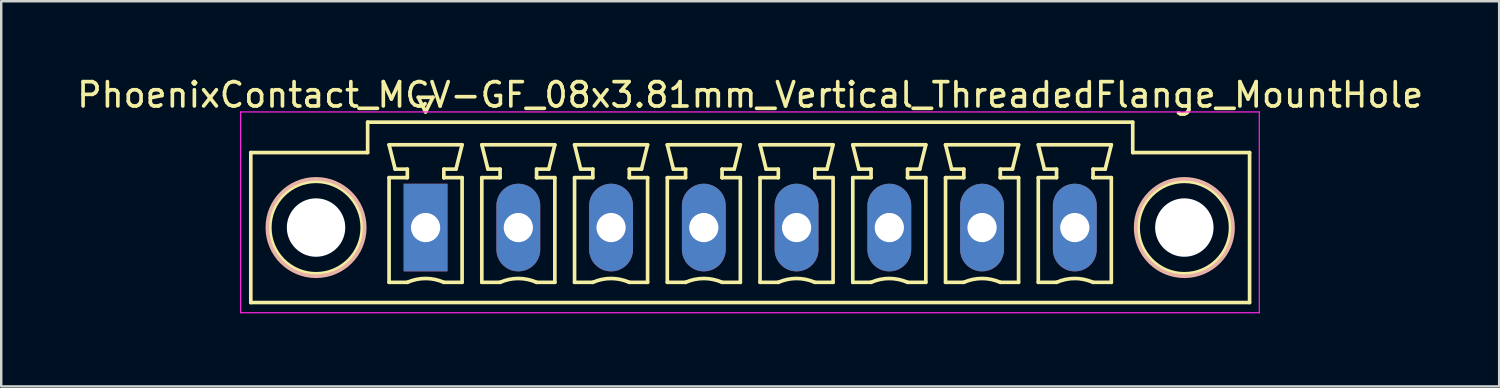
<source format=kicad_pcb>
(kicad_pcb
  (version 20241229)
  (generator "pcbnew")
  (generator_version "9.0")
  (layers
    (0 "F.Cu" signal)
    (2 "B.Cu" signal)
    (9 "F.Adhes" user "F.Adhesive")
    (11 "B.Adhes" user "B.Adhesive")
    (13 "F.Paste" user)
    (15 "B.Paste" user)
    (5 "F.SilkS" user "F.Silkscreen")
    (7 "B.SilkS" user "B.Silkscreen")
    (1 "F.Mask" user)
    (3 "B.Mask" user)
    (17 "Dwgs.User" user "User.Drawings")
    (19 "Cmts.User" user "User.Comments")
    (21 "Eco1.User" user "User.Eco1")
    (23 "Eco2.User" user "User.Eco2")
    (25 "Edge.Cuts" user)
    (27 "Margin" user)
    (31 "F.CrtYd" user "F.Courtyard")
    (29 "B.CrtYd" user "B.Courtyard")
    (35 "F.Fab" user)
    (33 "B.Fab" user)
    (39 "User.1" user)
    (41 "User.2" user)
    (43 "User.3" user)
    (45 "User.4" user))
  (footprint "PhoenixContact_MCV-GF_08x3.81mm_Vertical_ThreadedFlange_MountHole"
    (layer "F.Cu")
    (at 14.433 6.298)
    (property "Reference" "PhoenixContact_MCV-GF_08x3.81mm_Vertical_ThreadedFlange_MountHole" (at 13.335 -5.45 0) (layer "F.SilkS") (effects (font (size 1 1) (thickness 0.15))))
    (attr through_hole)
    (fp_line (start -7.18 -3.08) (end -7.18 3.08) (stroke (width 0.15) (type solid)) (layer "F.SilkS"))
    (fp_line (start -7.18 3.08) (end 33.85 3.08) (stroke (width 0.15) (type solid)) (layer "F.SilkS"))
    (fp_line (start -2.38 -4.33) (end -2.38 -3.08) (stroke (width 0.15) (type solid)) (layer "F.SilkS"))
    (fp_line (start -2.38 -3.08) (end -7.18 -3.08) (stroke (width 0.15) (type solid)) (layer "F.SilkS"))
    (fp_line (start -1.5 -3.4) (end 1.5 -3.4) (stroke (width 0.15) (type solid)) (layer "F.SilkS"))
    (fp_line (start -1.5 -2.05) (end -0.75 -2.05) (stroke (width 0.15) (type solid)) (layer "F.SilkS"))
    (fp_line (start -1.5 2.25) (end -1.5 -2.05) (stroke (width 0.15) (type solid)) (layer "F.SilkS"))
    (fp_line (start -1.25 -2.4) (end -1.5 -3.4) (stroke (width 0.15) (type solid)) (layer "F.SilkS"))
    (fp_line (start -0.75 -2.4) (end -1.25 -2.4) (stroke (width 0.15) (type solid)) (layer "F.SilkS"))
    (fp_line (start -0.75 -2.05) (end -0.75 -2.4) (stroke (width 0.15) (type solid)) (layer "F.SilkS"))
    (fp_line (start -0.75 2.25) (end -1.5 2.25) (stroke (width 0.15) (type solid)) (layer "F.SilkS"))
    (fp_line (start -0.3 -5.35) (end 0 -4.75) (stroke (width 0.15) (type solid)) (layer "F.SilkS"))
    (fp_line (start 0 -4.75) (end 0.3 -5.35) (stroke (width 0.15) (type solid)) (layer "F.SilkS"))
    (fp_line (start 0.3 -5.35) (end -0.3 -5.35) (stroke (width 0.15) (type solid)) (layer "F.SilkS"))
    (fp_line (start 0.75 -2.4) (end 0.75 -2.05) (stroke (width 0.15) (type solid)) (layer "F.SilkS"))
    (fp_line (start 0.75 -2.05) (end 0.75 -2.05) (stroke (width 0.15) (type solid)) (layer "F.SilkS"))
    (fp_line (start 0.75 -2.05) (end 1.5 -2.05) (stroke (width 0.15) (type solid)) (layer "F.SilkS"))
    (fp_line (start 1.25 -2.4) (end 0.75 -2.4) (stroke (width 0.15) (type solid)) (layer "F.SilkS"))
    (fp_line (start 1.5 -3.4) (end 1.25 -2.4) (stroke (width 0.15) (type solid)) (layer "F.SilkS"))
    (fp_line (start 1.5 -2.05) (end 1.5 2.25) (stroke (width 0.15) (type solid)) (layer "F.SilkS"))
    (fp_line (start 1.5 2.25) (end 0.75 2.25) (stroke (width 0.15) (type solid)) (layer "F.SilkS"))
    (fp_line (start 2.31 -3.4) (end 5.31 -3.4) (stroke (width 0.15) (type solid)) (layer "F.SilkS"))
    (fp_line (start 2.31 -2.05) (end 3.06 -2.05) (stroke (width 0.15) (type solid)) (layer "F.SilkS"))
    (fp_line (start 2.31 2.25) (end 2.31 -2.05) (stroke (width 0.15) (type solid)) (layer "F.SilkS"))
    (fp_line (start 2.56 -2.4) (end 2.31 -3.4) (stroke (width 0.15) (type solid)) (layer "F.SilkS"))
    (fp_line (start 3.06 -2.4) (end 2.56 -2.4) (stroke (width 0.15) (type solid)) (layer "F.SilkS"))
    (fp_line (start 3.06 -2.05) (end 3.06 -2.4) (stroke (width 0.15) (type solid)) (layer "F.SilkS"))
    (fp_line (start 3.06 2.25) (end 2.31 2.25) (stroke (width 0.15) (type solid)) (layer "F.SilkS"))
    (fp_line (start 4.56 -2.4) (end 4.56 -2.05) (stroke (width 0.15) (type solid)) (layer "F.SilkS"))
    (fp_line (start 4.56 -2.05) (end 4.56 -2.05) (stroke (width 0.15) (type solid)) (layer "F.SilkS"))
    (fp_line (start 4.56 -2.05) (end 5.31 -2.05) (stroke (width 0.15) (type solid)) (layer "F.SilkS"))
    (fp_line (start 5.06 -2.4) (end 4.56 -2.4) (stroke (width 0.15) (type solid)) (layer "F.SilkS"))
    (fp_line (start 5.31 -3.4) (end 5.06 -2.4) (stroke (width 0.15) (type solid)) (layer "F.SilkS"))
    (fp_line (start 5.31 -2.05) (end 5.31 2.25) (stroke (width 0.15) (type solid)) (layer "F.SilkS"))
    (fp_line (start 5.31 2.25) (end 4.56 2.25) (stroke (width 0.15) (type solid)) (layer "F.SilkS"))
    (fp_line (start 6.12 -3.4) (end 9.12 -3.4) (stroke (width 0.15) (type solid)) (layer "F.SilkS"))
    (fp_line (start 6.12 -2.05) (end 6.87 -2.05) (stroke (width 0.15) (type solid)) (layer "F.SilkS"))
    (fp_line (start 6.12 2.25) (end 6.12 -2.05) (stroke (width 0.15) (type solid)) (layer "F.SilkS"))
    (fp_line (start 6.37 -2.4) (end 6.12 -3.4) (stroke (width 0.15) (type solid)) (layer "F.SilkS"))
    (fp_line (start 6.87 -2.4) (end 6.37 -2.4) (stroke (width 0.15) (type solid)) (layer "F.SilkS"))
    (fp_line (start 6.87 -2.05) (end 6.87 -2.4) (stroke (width 0.15) (type solid)) (layer "F.SilkS"))
    (fp_line (start 6.87 2.25) (end 6.12 2.25) (stroke (width 0.15) (type solid)) (layer "F.SilkS"))
    (fp_line (start 8.37 -2.4) (end 8.37 -2.05) (stroke (width 0.15) (type solid)) (layer "F.SilkS"))
    (fp_line (start 8.37 -2.05) (end 8.37 -2.05) (stroke (width 0.15) (type solid)) (layer "F.SilkS"))
    (fp_line (start 8.37 -2.05) (end 9.12 -2.05) (stroke (width 0.15) (type solid)) (layer "F.SilkS"))
    (fp_line (start 8.87 -2.4) (end 8.37 -2.4) (stroke (width 0.15) (type solid)) (layer "F.SilkS"))
    (fp_line (start 9.12 -3.4) (end 8.87 -2.4) (stroke (width 0.15) (type solid)) (layer "F.SilkS"))
    (fp_line (start 9.12 -2.05) (end 9.12 2.25) (stroke (width 0.15) (type solid)) (layer "F.SilkS"))
    (fp_line (start 9.12 2.25) (end 8.37 2.25) (stroke (width 0.15) (type solid)) (layer "F.SilkS"))
    (fp_line (start 9.93 -3.4) (end 12.93 -3.4) (stroke (width 0.15) (type solid)) (layer "F.SilkS"))
    (fp_line (start 9.93 -2.05) (end 10.68 -2.05) (stroke (width 0.15) (type solid)) (layer "F.SilkS"))
    (fp_line (start 9.93 2.25) (end 9.93 -2.05) (stroke (width 0.15) (type solid)) (layer "F.SilkS"))
    (fp_line (start 10.18 -2.4) (end 9.93 -3.4) (stroke (width 0.15) (type solid)) (layer "F.SilkS"))
    (fp_line (start 10.68 -2.4) (end 10.18 -2.4) (stroke (width 0.15) (type solid)) (layer "F.SilkS"))
    (fp_line (start 10.68 -2.05) (end 10.68 -2.4) (stroke (width 0.15) (type solid)) (layer "F.SilkS"))
    (fp_line (start 10.68 2.25) (end 9.93 2.25) (stroke (width 0.15) (type solid)) (layer "F.SilkS"))
    (fp_line (start 12.18 -2.4) (end 12.18 -2.05) (stroke (width 0.15) (type solid)) (layer "F.SilkS"))
    (fp_line (start 12.18 -2.05) (end 12.18 -2.05) (stroke (width 0.15) (type solid)) (layer "F.SilkS"))
    (fp_line (start 12.18 -2.05) (end 12.93 -2.05) (stroke (width 0.15) (type solid)) (layer "F.SilkS"))
    (fp_line (start 12.68 -2.4) (end 12.18 -2.4) (stroke (width 0.15) (type solid)) (layer "F.SilkS"))
    (fp_line (start 12.93 -3.4) (end 12.68 -2.4) (stroke (width 0.15) (type solid)) (layer "F.SilkS"))
    (fp_line (start 12.93 -2.05) (end 12.93 2.25) (stroke (width 0.15) (type solid)) (layer "F.SilkS"))
    (fp_line (start 12.93 2.25) (end 12.18 2.25) (stroke (width 0.15) (type solid)) (layer "F.SilkS"))
    (fp_line (start 13.74 -3.4) (end 16.74 -3.4) (stroke (width 0.15) (type solid)) (layer "F.SilkS"))
    (fp_line (start 13.74 -2.05) (end 14.49 -2.05) (stroke (width 0.15) (type solid)) (layer "F.SilkS"))
    (fp_line (start 13.74 2.25) (end 13.74 -2.05) (stroke (width 0.15) (type solid)) (layer "F.SilkS"))
    (fp_line (start 13.99 -2.4) (end 13.74 -3.4) (stroke (width 0.15) (type solid)) (layer "F.SilkS"))
    (fp_line (start 14.49 -2.4) (end 13.99 -2.4) (stroke (width 0.15) (type solid)) (layer "F.SilkS"))
    (fp_line (start 14.49 -2.05) (end 14.49 -2.4) (stroke (width 0.15) (type solid)) (layer "F.SilkS"))
    (fp_line (start 14.49 2.25) (end 13.74 2.25) (stroke (width 0.15) (type solid)) (layer "F.SilkS"))
    (fp_line (start 15.99 -2.4) (end 15.99 -2.05) (stroke (width 0.15) (type solid)) (layer "F.SilkS"))
    (fp_line (start 15.99 -2.05) (end 15.99 -2.05) (stroke (width 0.15) (type solid)) (layer "F.SilkS"))
    (fp_line (start 15.99 -2.05) (end 16.74 -2.05) (stroke (width 0.15) (type solid)) (layer "F.SilkS"))
    (fp_line (start 16.49 -2.4) (end 15.99 -2.4) (stroke (width 0.15) (type solid)) (layer "F.SilkS"))
    (fp_line (start 16.74 -3.4) (end 16.49 -2.4) (stroke (width 0.15) (type solid)) (layer "F.SilkS"))
    (fp_line (start 16.74 -2.05) (end 16.74 2.25) (stroke (width 0.15) (type solid)) (layer "F.SilkS"))
    (fp_line (start 16.74 2.25) (end 15.99 2.25) (stroke (width 0.15) (type solid)) (layer "F.SilkS"))
    (fp_line (start 17.55 -3.4) (end 20.55 -3.4) (stroke (width 0.15) (type solid)) (layer "F.SilkS"))
    (fp_line (start 17.55 -2.05) (end 18.3 -2.05) (stroke (width 0.15) (type solid)) (layer "F.SilkS"))
    (fp_line (start 17.55 2.25) (end 17.55 -2.05) (stroke (width 0.15) (type solid)) (layer "F.SilkS"))
    (fp_line (start 17.8 -2.4) (end 17.55 -3.4) (stroke (width 0.15) (type solid)) (layer "F.SilkS"))
    (fp_line (start 18.3 -2.4) (end 17.8 -2.4) (stroke (width 0.15) (type solid)) (layer "F.SilkS"))
    (fp_line (start 18.3 -2.05) (end 18.3 -2.4) (stroke (width 0.15) (type solid)) (layer "F.SilkS"))
    (fp_line (start 18.3 2.25) (end 17.55 2.25) (stroke (width 0.15) (type solid)) (layer "F.SilkS"))
    (fp_line (start 19.8 -2.4) (end 19.8 -2.05) (stroke (width 0.15) (type solid)) (layer "F.SilkS"))
    (fp_line (start 19.8 -2.05) (end 19.8 -2.05) (stroke (width 0.15) (type solid)) (layer "F.SilkS"))
    (fp_line (start 19.8 -2.05) (end 20.55 -2.05) (stroke (width 0.15) (type solid)) (layer "F.SilkS"))
    (fp_line (start 20.3 -2.4) (end 19.8 -2.4) (stroke (width 0.15) (type solid)) (layer "F.SilkS"))
    (fp_line (start 20.55 -3.4) (end 20.3 -2.4) (stroke (width 0.15) (type solid)) (layer "F.SilkS"))
    (fp_line (start 20.55 -2.05) (end 20.55 2.25) (stroke (width 0.15) (type solid)) (layer "F.SilkS"))
    (fp_line (start 20.55 2.25) (end 19.8 2.25) (stroke (width 0.15) (type solid)) (layer "F.SilkS"))
    (fp_line (start 21.36 -3.4) (end 24.36 -3.4) (stroke (width 0.15) (type solid)) (layer "F.SilkS"))
    (fp_line (start 21.36 -2.05) (end 22.11 -2.05) (stroke (width 0.15) (type solid)) (layer "F.SilkS"))
    (fp_line (start 21.36 2.25) (end 21.36 -2.05) (stroke (width 0.15) (type solid)) (layer "F.SilkS"))
    (fp_line (start 21.61 -2.4) (end 21.36 -3.4) (stroke (width 0.15) (type solid)) (layer "F.SilkS"))
    (fp_line (start 22.11 -2.4) (end 21.61 -2.4) (stroke (width 0.15) (type solid)) (layer "F.SilkS"))
    (fp_line (start 22.11 -2.05) (end 22.11 -2.4) (stroke (width 0.15) (type solid)) (layer "F.SilkS"))
    (fp_line (start 22.11 2.25) (end 21.36 2.25) (stroke (width 0.15) (type solid)) (layer "F.SilkS"))
    (fp_line (start 23.61 -2.4) (end 23.61 -2.05) (stroke (width 0.15) (type solid)) (layer "F.SilkS"))
    (fp_line (start 23.61 -2.05) (end 23.61 -2.05) (stroke (width 0.15) (type solid)) (layer "F.SilkS"))
    (fp_line (start 23.61 -2.05) (end 24.36 -2.05) (stroke (width 0.15) (type solid)) (layer "F.SilkS"))
    (fp_line (start 24.11 -2.4) (end 23.61 -2.4) (stroke (width 0.15) (type solid)) (layer "F.SilkS"))
    (fp_line (start 24.36 -3.4) (end 24.11 -2.4) (stroke (width 0.15) (type solid)) (layer "F.SilkS"))
    (fp_line (start 24.36 -2.05) (end 24.36 2.25) (stroke (width 0.15) (type solid)) (layer "F.SilkS"))
    (fp_line (start 24.36 2.25) (end 23.61 2.25) (stroke (width 0.15) (type solid)) (layer "F.SilkS"))
    (fp_line (start 25.17 -3.4) (end 28.17 -3.4) (stroke (width 0.15) (type solid)) (layer "F.SilkS"))
    (fp_line (start 25.17 -2.05) (end 25.92 -2.05) (stroke (width 0.15) (type solid)) (layer "F.SilkS"))
    (fp_line (start 25.17 2.25) (end 25.17 -2.05) (stroke (width 0.15) (type solid)) (layer "F.SilkS"))
    (fp_line (start 25.42 -2.4) (end 25.17 -3.4) (stroke (width 0.15) (type solid)) (layer "F.SilkS"))
    (fp_line (start 25.92 -2.4) (end 25.42 -2.4) (stroke (width 0.15) (type solid)) (layer "F.SilkS"))
    (fp_line (start 25.92 -2.05) (end 25.92 -2.4) (stroke (width 0.15) (type solid)) (layer "F.SilkS"))
    (fp_line (start 25.92 2.25) (end 25.17 2.25) (stroke (width 0.15) (type solid)) (layer "F.SilkS"))
    (fp_line (start 27.42 -2.4) (end 27.42 -2.05) (stroke (width 0.15) (type solid)) (layer "F.SilkS"))
    (fp_line (start 27.42 -2.05) (end 27.42 -2.05) (stroke (width 0.15) (type solid)) (layer "F.SilkS"))
    (fp_line (start 27.42 -2.05) (end 28.17 -2.05) (stroke (width 0.15) (type solid)) (layer "F.SilkS"))
    (fp_line (start 27.92 -2.4) (end 27.42 -2.4) (stroke (width 0.15) (type solid)) (layer "F.SilkS"))
    (fp_line (start 28.17 -3.4) (end 27.92 -2.4) (stroke (width 0.15) (type solid)) (layer "F.SilkS"))
    (fp_line (start 28.17 -2.05) (end 28.17 2.25) (stroke (width 0.15) (type solid)) (layer "F.SilkS"))
    (fp_line (start 28.17 2.25) (end 27.42 2.25) (stroke (width 0.15) (type solid)) (layer "F.SilkS"))
    (fp_line (start 29.05 -4.33) (end -2.38 -4.33) (stroke (width 0.15) (type solid)) (layer "F.SilkS"))
    (fp_line (start 29.05 -3.08) (end 29.05 -4.33) (stroke (width 0.15) (type solid)) (layer "F.SilkS"))
    (fp_line (start 33.85 -3.08) (end 29.05 -3.08) (stroke (width 0.15) (type solid)) (layer "F.SilkS"))
    (fp_line (start 33.85 3.08) (end 33.85 -3.08) (stroke (width 0.15) (type solid)) (layer "F.SilkS"))
    (fp_arc (start -0.75 2.25) (mid -0.000193 2.09191) (end 0.749647 2.249844) (stroke (width 0.15) (type solid)) (layer "F.SilkS"))
    (fp_arc (start 3.06 2.25) (mid 3.809807 2.09191) (end 4.559647 2.249844) (stroke (width 0.15) (type solid)) (layer "F.SilkS"))
    (fp_arc (start 6.87 2.25) (mid 7.619807 2.09191) (end 8.369647 2.249844) (stroke (width 0.15) (type solid)) (layer "F.SilkS"))
    (fp_arc (start 10.68 2.25) (mid 11.429807 2.09191) (end 12.179647 2.249844) (stroke (width 0.15) (type solid)) (layer "F.SilkS"))
    (fp_arc (start 14.49 2.25) (mid 15.239807 2.09191) (end 15.989647 2.249844) (stroke (width 0.15) (type solid)) (layer "F.SilkS"))
    (fp_arc (start 18.3 2.25) (mid 19.049807 2.09191) (end 19.799647 2.249844) (stroke (width 0.15) (type solid)) (layer "F.SilkS"))
    (fp_arc (start 22.11 2.25) (mid 22.859807 2.09191) (end 23.609647 2.249844) (stroke (width 0.15) (type solid)) (layer "F.SilkS"))
    (fp_arc (start 25.92 2.25) (mid 26.669807 2.09191) (end 27.419647 2.249844) (stroke (width 0.15) (type solid)) (layer "F.SilkS"))
    (fp_circle (center -4.5 0) (end -2.6 0) (stroke (width 0.15) (type solid)) (fill no) (layer "F.SilkS"))
    (fp_circle (center 31.17 0) (end 33.07 0) (stroke (width 0.15) (type solid)) (fill no) (layer "F.SilkS"))
    (fp_circle (center -4.5 0) (end -2.5 0) (stroke (width 0.15) (type solid)) (fill no) (layer "B.SilkS"))
    (fp_circle (center 31.17 0) (end 33.17 0) (stroke (width 0.15) (type solid)) (fill no) (layer "B.SilkS"))
    (fp_line (start -7.6 -4.75) (end -7.6 3.5) (stroke (width 0.05) (type solid)) (layer "F.CrtYd"))
    (fp_line (start -7.6 3.5) (end 34.25 3.5) (stroke (width 0.05) (type solid)) (layer "F.CrtYd"))
    (fp_line (start 34.25 -4.75) (end -7.6 -4.75) (stroke (width 0.05) (type solid)) (layer "F.CrtYd"))
    (fp_line (start 34.25 3.5) (end 34.25 -4.75) (stroke (width 0.05) (type solid)) (layer "F.CrtYd"))
    (pad "" np_thru_hole circle (at -4.5 0) (size 2.4 2.4) (drill 2.4) (layers "*.Cu" "*.Mask"))
    (pad "" np_thru_hole circle (at 31.17 0) (size 2.4 2.4) (drill 2.4) (layers "*.Cu" "*.Mask"))
    (pad "1" thru_hole rect (at 0 0) (size 1.8 3.6) (drill 1.2) (layers "*.Cu" "*.Mask"))
    (pad "2" thru_hole oval (at 3.81 0) (size 1.8 3.6) (drill 1.2) (layers "*.Cu" "*.Mask"))
    (pad "3" thru_hole oval (at 7.62 0) (size 1.8 3.6) (drill 1.2) (layers "*.Cu" "*.Mask"))
    (pad "4" thru_hole oval (at 11.43 0) (size 1.8 3.6) (drill 1.2) (layers "*.Cu" "*.Mask"))
    (pad "5" thru_hole oval (at 15.24 0) (size 1.8 3.6) (drill 1.2) (layers "*.Cu" "*.Mask"))
    (pad "6" thru_hole oval (at 19.05 0) (size 1.8 3.6) (drill 1.2) (layers "*.Cu" "*.Mask"))
    (pad "7" thru_hole oval (at 22.86 0) (size 1.8 3.6) (drill 1.2) (layers "*.Cu" "*.Mask"))
    (pad "8" thru_hole oval (at 26.67 0) (size 1.8 3.6) (drill 1.2) (layers "*.Cu" "*.Mask")))
  (gr_rect
    (start -3 -3)
    (end 58.536 12.823)
    (stroke (width 0.1) (type default))
    (fill no)
    (layer "Edge.Cuts")))
</source>
